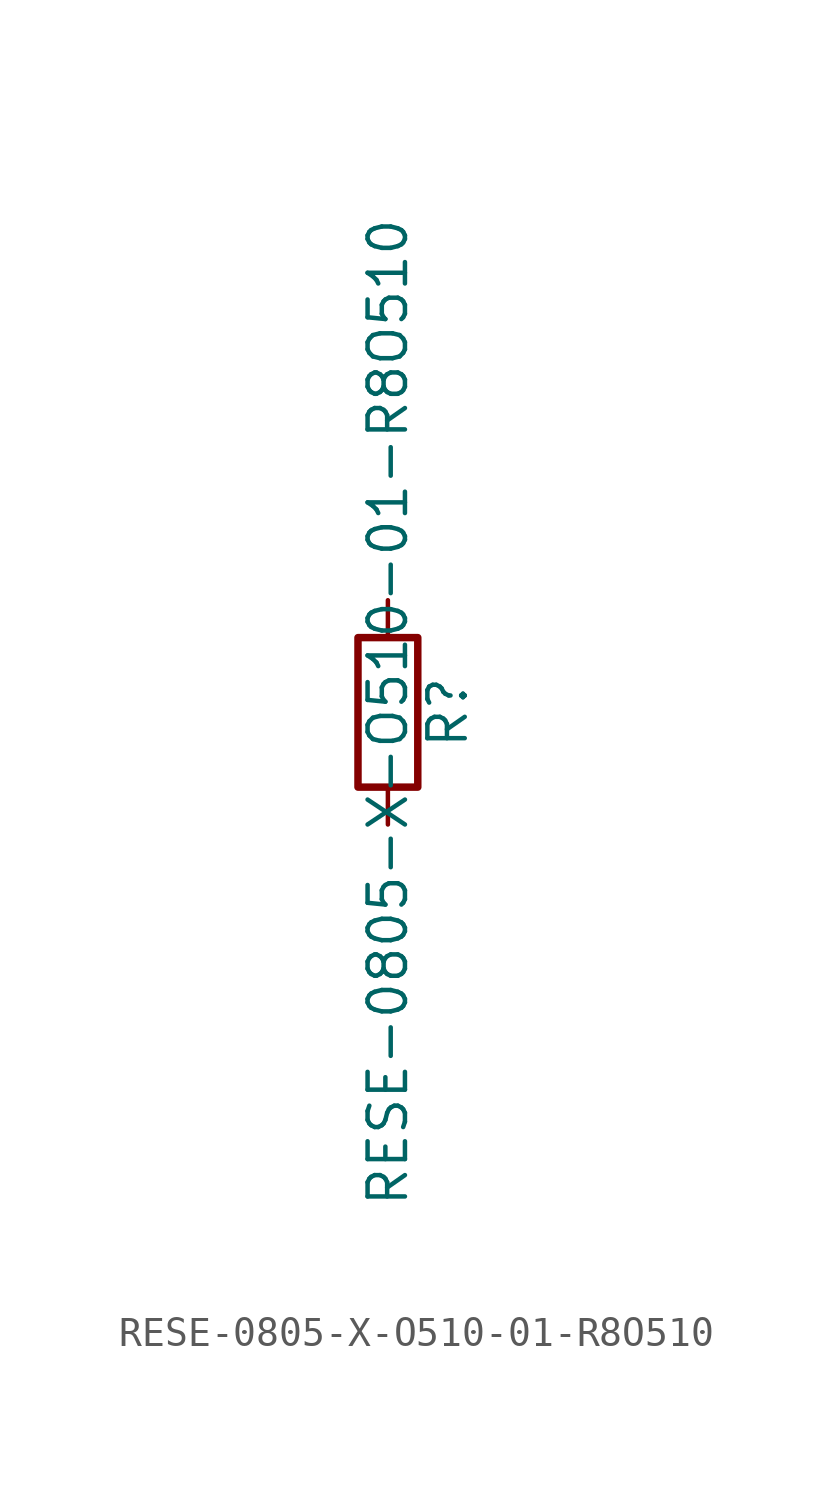
<source format=kicad_sym>
(kicad_symbol_lib
  (version 20211014)
  (generator kicad_symbol_editor)
  (symbol "RESE-0805-X-O510-01-R8O510"
    (pin_numbers hide)
    (pin_names
      (offset 0))
    (property "Reference" "R"
      (at 2.032 0 90)
      (effects (font (size 1.27 1.27))))
    (property "Value" "RESE-0805-X-O510-01-R8O510"
      (at 0 0 90)
      (effects (font (size 1.27 1.27))))
    (symbol "RESE-0805-X-O510-01-R8O510_0_1"
      (rectangle (start -1.016 -2.54) (end 1.016 2.54) (stroke (width 0.254) (type default) (color 0 0 0 0)) (fill (type none))))
    (symbol "RESE-0805-X-O510-01-R8O510_1_1"
      (pin passive line (at 0 3.81 270) (length 1.27) (name "~" (effects (font (size 1.27 1.27)))) (number "1" (effects (font (size 1.27 1.27)))))
      (pin passive line (at 0 -3.81 90) (length 1.27) (name "~" (effects (font (size 1.27 1.27)))) (number "2" (effects (font (size 1.27 1.27))))))))
</source>
